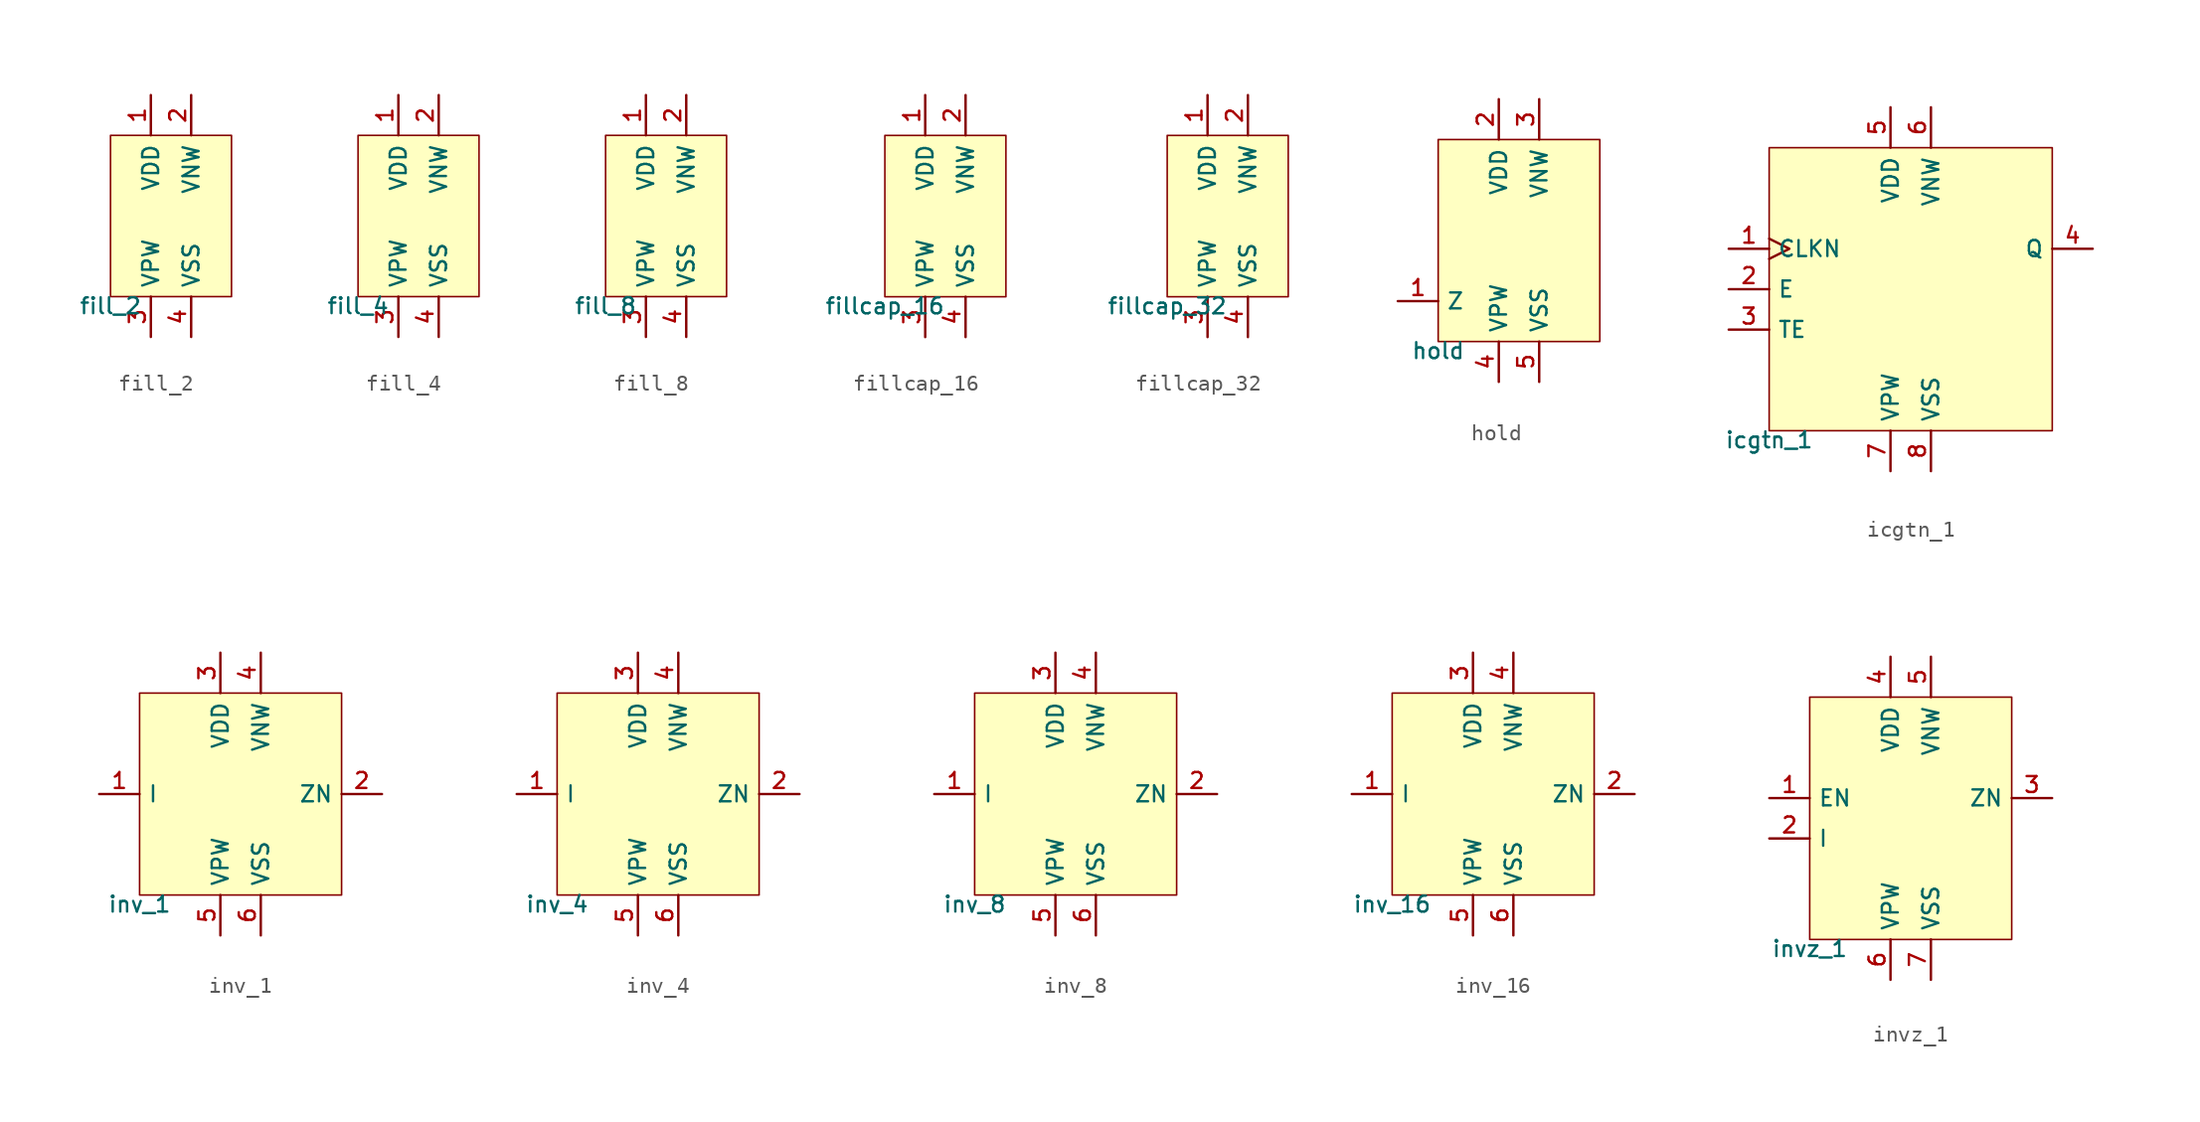
<source format=kicad_sym>
(kicad_symbol_lib
  (version 20211014)
  (generator pdk2kicad)
  (symbol "fill_2"
    (property "Reference" "X"
      (at 0 0 0)
      (effects (font (size 1 1)) hide))
    (property "Value" "fill_2"
      (at -3.81 -5.08 0)
      (effects (font (size 1 1)) (justify top)))
    (rectangle
      (start -3.81 -5.08)
      (end 3.81 5.08)
      (stroke (width 0.1) (type solid) (color 0 0 0 0))
      (fill (type background)))
    (pin power_in line
      (at -1.27 7.62 270)
      (length 2.54)
      (name "VDD" (effects (font (size 1 1)) hide))
      (number "1" (effects (font (size 1 1)) hide)))
    (pin power_in line
      (at 1.27 7.62 270)
      (length 2.54)
      (name "VNW" (effects (font (size 1 1)) hide))
      (number "2" (effects (font (size 1 1)) hide)))
    (pin power_in line
      (at -1.27 -7.62 90)
      (length 2.54)
      (name "VPW" (effects (font (size 1 1)) hide))
      (number "3" (effects (font (size 1 1)) hide)))
    (pin power_in line
      (at 1.27 -7.62 90)
      (length 2.54)
      (name "VSS" (effects (font (size 1 1)) hide))
      (number "4" (effects (font (size 1 1)) hide))))
  (symbol "fill_4"
    (property "Reference" "X"
      (at 0 0 0)
      (effects (font (size 1 1)) hide))
    (property "Value" "fill_4"
      (at -3.81 -5.08 0)
      (effects (font (size 1 1)) (justify top)))
    (rectangle
      (start -3.81 -5.08)
      (end 3.81 5.08)
      (stroke (width 0.1) (type solid) (color 0 0 0 0))
      (fill (type background)))
    (pin power_in line
      (at -1.27 7.62 270)
      (length 2.54)
      (name "VDD" (effects (font (size 1 1)) hide))
      (number "1" (effects (font (size 1 1)) hide)))
    (pin power_in line
      (at 1.27 7.62 270)
      (length 2.54)
      (name "VNW" (effects (font (size 1 1)) hide))
      (number "2" (effects (font (size 1 1)) hide)))
    (pin power_in line
      (at -1.27 -7.62 90)
      (length 2.54)
      (name "VPW" (effects (font (size 1 1)) hide))
      (number "3" (effects (font (size 1 1)) hide)))
    (pin power_in line
      (at 1.27 -7.62 90)
      (length 2.54)
      (name "VSS" (effects (font (size 1 1)) hide))
      (number "4" (effects (font (size 1 1)) hide))))
  (symbol "fill_8"
    (property "Reference" "X"
      (at 0 0 0)
      (effects (font (size 1 1)) hide))
    (property "Value" "fill_8"
      (at -3.81 -5.08 0)
      (effects (font (size 1 1)) (justify top)))
    (rectangle
      (start -3.81 -5.08)
      (end 3.81 5.08)
      (stroke (width 0.1) (type solid) (color 0 0 0 0))
      (fill (type background)))
    (pin power_in line
      (at -1.27 7.62 270)
      (length 2.54)
      (name "VDD" (effects (font (size 1 1)) hide))
      (number "1" (effects (font (size 1 1)) hide)))
    (pin power_in line
      (at 1.27 7.62 270)
      (length 2.54)
      (name "VNW" (effects (font (size 1 1)) hide))
      (number "2" (effects (font (size 1 1)) hide)))
    (pin power_in line
      (at -1.27 -7.62 90)
      (length 2.54)
      (name "VPW" (effects (font (size 1 1)) hide))
      (number "3" (effects (font (size 1 1)) hide)))
    (pin power_in line
      (at 1.27 -7.62 90)
      (length 2.54)
      (name "VSS" (effects (font (size 1 1)) hide))
      (number "4" (effects (font (size 1 1)) hide))))
  (symbol "fillcap_16"
    (property "Reference" "X"
      (at 0 0 0)
      (effects (font (size 1 1)) hide))
    (property "Value" "fillcap_16"
      (at -3.81 -5.08 0)
      (effects (font (size 1 1)) (justify top)))
    (rectangle
      (start -3.81 -5.08)
      (end 3.81 5.08)
      (stroke (width 0.1) (type solid) (color 0 0 0 0))
      (fill (type background)))
    (pin power_in line
      (at -1.27 7.62 270)
      (length 2.54)
      (name "VDD" (effects (font (size 1 1)) hide))
      (number "1" (effects (font (size 1 1)) hide)))
    (pin power_in line
      (at 1.27 7.62 270)
      (length 2.54)
      (name "VNW" (effects (font (size 1 1)) hide))
      (number "2" (effects (font (size 1 1)) hide)))
    (pin power_in line
      (at -1.27 -7.62 90)
      (length 2.54)
      (name "VPW" (effects (font (size 1 1)) hide))
      (number "3" (effects (font (size 1 1)) hide)))
    (pin power_in line
      (at 1.27 -7.62 90)
      (length 2.54)
      (name "VSS" (effects (font (size 1 1)) hide))
      (number "4" (effects (font (size 1 1)) hide))))
  (symbol "fillcap_32"
    (property "Reference" "X"
      (at 0 0 0)
      (effects (font (size 1 1)) hide))
    (property "Value" "fillcap_32"
      (at -3.81 -5.08 0)
      (effects (font (size 1 1)) (justify top)))
    (rectangle
      (start -3.81 -5.08)
      (end 3.81 5.08)
      (stroke (width 0.1) (type solid) (color 0 0 0 0))
      (fill (type background)))
    (pin power_in line
      (at -1.27 7.62 270)
      (length 2.54)
      (name "VDD" (effects (font (size 1 1)) hide))
      (number "1" (effects (font (size 1 1)) hide)))
    (pin power_in line
      (at 1.27 7.62 270)
      (length 2.54)
      (name "VNW" (effects (font (size 1 1)) hide))
      (number "2" (effects (font (size 1 1)) hide)))
    (pin power_in line
      (at -1.27 -7.62 90)
      (length 2.54)
      (name "VPW" (effects (font (size 1 1)) hide))
      (number "3" (effects (font (size 1 1)) hide)))
    (pin power_in line
      (at 1.27 -7.62 90)
      (length 2.54)
      (name "VSS" (effects (font (size 1 1)) hide))
      (number "4" (effects (font (size 1 1)) hide))))
  (symbol "hold"
    (property "Reference" "X"
      (at 0 0 0)
      (effects (font (size 1 1)) hide))
    (property "Value" "hold"
      (at -5.08 -6.35 0)
      (effects (font (size 1 1)) (justify top)))
    (rectangle
      (start -5.08 -6.35)
      (end 5.08 6.35)
      (stroke (width 0.1) (type solid) (color 0 0 0 0))
      (fill (type background)))
    (pin bidirectional line
      (at -7.62 -3.81 0)
      (length 2.54)
      (name "Z" (effects (font (size 1 1)) hide))
      (number "1" (effects (font (size 1 1)) hide)))
    (pin power_in line
      (at -1.27 8.89 270)
      (length 2.54)
      (name "VDD" (effects (font (size 1 1)) hide))
      (number "2" (effects (font (size 1 1)) hide)))
    (pin power_in line
      (at 1.27 8.89 270)
      (length 2.54)
      (name "VNW" (effects (font (size 1 1)) hide))
      (number "3" (effects (font (size 1 1)) hide)))
    (pin power_in line
      (at -1.27 -8.89 90)
      (length 2.54)
      (name "VPW" (effects (font (size 1 1)) hide))
      (number "4" (effects (font (size 1 1)) hide)))
    (pin power_in line
      (at 1.27 -8.89 90)
      (length 2.54)
      (name "VSS" (effects (font (size 1 1)) hide))
      (number "5" (effects (font (size 1 1)) hide))))
  (symbol "icgtn_1"
    (property "Reference" "X"
      (at 0 0 0)
      (effects (font (size 1 1)) hide))
    (property "Value" "icgtn_1"
      (at -8.89 -8.89 0)
      (effects (font (size 1 1)) (justify top)))
    (rectangle
      (start -8.89 -8.89)
      (end 8.89 8.89)
      (stroke (width 0.1) (type solid) (color 0 0 0 0))
      (fill (type background)))
    (pin input clock
      (at -11.43 2.54 0)
      (length 2.54)
      (name "CLKN" (effects (font (size 1 1)) hide))
      (number "1" (effects (font (size 1 1)) hide)))
    (pin input line
      (at -11.43 4.440892098500626e-16 0)
      (length 2.54)
      (name "E" (effects (font (size 1 1)) hide))
      (number "2" (effects (font (size 1 1)) hide)))
    (pin input line
      (at -11.43 -2.54 0)
      (length 2.54)
      (name "TE" (effects (font (size 1 1)) hide))
      (number "3" (effects (font (size 1 1)) hide)))
    (pin output line
      (at 11.43 2.54 180)
      (length 2.54)
      (name "Q" (effects (font (size 1 1)) hide))
      (number "4" (effects (font (size 1 1)) hide)))
    (pin power_in line
      (at -1.27 11.43 270)
      (length 2.54)
      (name "VDD" (effects (font (size 1 1)) hide))
      (number "5" (effects (font (size 1 1)) hide)))
    (pin power_in line
      (at 1.27 11.43 270)
      (length 2.54)
      (name "VNW" (effects (font (size 1 1)) hide))
      (number "6" (effects (font (size 1 1)) hide)))
    (pin power_in line
      (at -1.27 -11.43 90)
      (length 2.54)
      (name "VPW" (effects (font (size 1 1)) hide))
      (number "7" (effects (font (size 1 1)) hide)))
    (pin power_in line
      (at 1.27 -11.43 90)
      (length 2.54)
      (name "VSS" (effects (font (size 1 1)) hide))
      (number "8" (effects (font (size 1 1)) hide))))
  (symbol "inv_1"
    (property "Reference" "X"
      (at 0 0 0)
      (effects (font (size 1 1)) hide))
    (property "Value" "inv_1"
      (at -6.35 -6.35 0)
      (effects (font (size 1 1)) (justify top)))
    (rectangle
      (start -6.35 -6.35)
      (end 6.35 6.35)
      (stroke (width 0.1) (type solid) (color 0 0 0 0))
      (fill (type background)))
    (pin input line
      (at -8.89 -4.440892098500626e-16 0)
      (length 2.54)
      (name "I" (effects (font (size 1 1)) hide))
      (number "1" (effects (font (size 1 1)) hide)))
    (pin output line
      (at 8.89 -4.440892098500626e-16 180)
      (length 2.54)
      (name "ZN" (effects (font (size 1 1)) hide))
      (number "2" (effects (font (size 1 1)) hide)))
    (pin power_in line
      (at -1.27 8.89 270)
      (length 2.54)
      (name "VDD" (effects (font (size 1 1)) hide))
      (number "3" (effects (font (size 1 1)) hide)))
    (pin power_in line
      (at 1.27 8.89 270)
      (length 2.54)
      (name "VNW" (effects (font (size 1 1)) hide))
      (number "4" (effects (font (size 1 1)) hide)))
    (pin power_in line
      (at -1.27 -8.89 90)
      (length 2.54)
      (name "VPW" (effects (font (size 1 1)) hide))
      (number "5" (effects (font (size 1 1)) hide)))
    (pin power_in line
      (at 1.27 -8.89 90)
      (length 2.54)
      (name "VSS" (effects (font (size 1 1)) hide))
      (number "6" (effects (font (size 1 1)) hide))))
  (symbol "inv_4"
    (property "Reference" "X"
      (at 0 0 0)
      (effects (font (size 1 1)) hide))
    (property "Value" "inv_4"
      (at -6.35 -6.35 0)
      (effects (font (size 1 1)) (justify top)))
    (rectangle
      (start -6.35 -6.35)
      (end 6.35 6.35)
      (stroke (width 0.1) (type solid) (color 0 0 0 0))
      (fill (type background)))
    (pin input line
      (at -8.89 -4.440892098500626e-16 0)
      (length 2.54)
      (name "I" (effects (font (size 1 1)) hide))
      (number "1" (effects (font (size 1 1)) hide)))
    (pin output line
      (at 8.89 -4.440892098500626e-16 180)
      (length 2.54)
      (name "ZN" (effects (font (size 1 1)) hide))
      (number "2" (effects (font (size 1 1)) hide)))
    (pin power_in line
      (at -1.27 8.89 270)
      (length 2.54)
      (name "VDD" (effects (font (size 1 1)) hide))
      (number "3" (effects (font (size 1 1)) hide)))
    (pin power_in line
      (at 1.27 8.89 270)
      (length 2.54)
      (name "VNW" (effects (font (size 1 1)) hide))
      (number "4" (effects (font (size 1 1)) hide)))
    (pin power_in line
      (at -1.27 -8.89 90)
      (length 2.54)
      (name "VPW" (effects (font (size 1 1)) hide))
      (number "5" (effects (font (size 1 1)) hide)))
    (pin power_in line
      (at 1.27 -8.89 90)
      (length 2.54)
      (name "VSS" (effects (font (size 1 1)) hide))
      (number "6" (effects (font (size 1 1)) hide))))
  (symbol "inv_8"
    (property "Reference" "X"
      (at 0 0 0)
      (effects (font (size 1 1)) hide))
    (property "Value" "inv_8"
      (at -6.35 -6.35 0)
      (effects (font (size 1 1)) (justify top)))
    (rectangle
      (start -6.35 -6.35)
      (end 6.35 6.35)
      (stroke (width 0.1) (type solid) (color 0 0 0 0))
      (fill (type background)))
    (pin input line
      (at -8.89 -4.440892098500626e-16 0)
      (length 2.54)
      (name "I" (effects (font (size 1 1)) hide))
      (number "1" (effects (font (size 1 1)) hide)))
    (pin output line
      (at 8.89 -4.440892098500626e-16 180)
      (length 2.54)
      (name "ZN" (effects (font (size 1 1)) hide))
      (number "2" (effects (font (size 1 1)) hide)))
    (pin power_in line
      (at -1.27 8.89 270)
      (length 2.54)
      (name "VDD" (effects (font (size 1 1)) hide))
      (number "3" (effects (font (size 1 1)) hide)))
    (pin power_in line
      (at 1.27 8.89 270)
      (length 2.54)
      (name "VNW" (effects (font (size 1 1)) hide))
      (number "4" (effects (font (size 1 1)) hide)))
    (pin power_in line
      (at -1.27 -8.89 90)
      (length 2.54)
      (name "VPW" (effects (font (size 1 1)) hide))
      (number "5" (effects (font (size 1 1)) hide)))
    (pin power_in line
      (at 1.27 -8.89 90)
      (length 2.54)
      (name "VSS" (effects (font (size 1 1)) hide))
      (number "6" (effects (font (size 1 1)) hide))))
  (symbol "inv_16"
    (property "Reference" "X"
      (at 0 0 0)
      (effects (font (size 1 1)) hide))
    (property "Value" "inv_16"
      (at -6.35 -6.35 0)
      (effects (font (size 1 1)) (justify top)))
    (rectangle
      (start -6.35 -6.35)
      (end 6.35 6.35)
      (stroke (width 0.1) (type solid) (color 0 0 0 0))
      (fill (type background)))
    (pin input line
      (at -8.89 -4.440892098500626e-16 0)
      (length 2.54)
      (name "I" (effects (font (size 1 1)) hide))
      (number "1" (effects (font (size 1 1)) hide)))
    (pin output line
      (at 8.89 -4.440892098500626e-16 180)
      (length 2.54)
      (name "ZN" (effects (font (size 1 1)) hide))
      (number "2" (effects (font (size 1 1)) hide)))
    (pin power_in line
      (at -1.27 8.89 270)
      (length 2.54)
      (name "VDD" (effects (font (size 1 1)) hide))
      (number "3" (effects (font (size 1 1)) hide)))
    (pin power_in line
      (at 1.27 8.89 270)
      (length 2.54)
      (name "VNW" (effects (font (size 1 1)) hide))
      (number "4" (effects (font (size 1 1)) hide)))
    (pin power_in line
      (at -1.27 -8.89 90)
      (length 2.54)
      (name "VPW" (effects (font (size 1 1)) hide))
      (number "5" (effects (font (size 1 1)) hide)))
    (pin power_in line
      (at 1.27 -8.89 90)
      (length 2.54)
      (name "VSS" (effects (font (size 1 1)) hide))
      (number "6" (effects (font (size 1 1)) hide))))
  (symbol "invz_1"
    (property "Reference" "X"
      (at 0 0 0)
      (effects (font (size 1 1)) hide))
    (property "Value" "invz_1"
      (at -6.35 -7.62 0)
      (effects (font (size 1 1)) (justify top)))
    (rectangle
      (start -6.35 -7.62)
      (end 6.35 7.62)
      (stroke (width 0.1) (type solid) (color 0 0 0 0))
      (fill (type background)))
    (pin input line
      (at -8.89 1.27 0)
      (length 2.54)
      (name "EN" (effects (font (size 1 1)) hide))
      (number "1" (effects (font (size 1 1)) hide)))
    (pin input line
      (at -8.89 -1.27 0)
      (length 2.54)
      (name "I" (effects (font (size 1 1)) hide))
      (number "2" (effects (font (size 1 1)) hide)))
    (pin output line
      (at 8.89 1.27 180)
      (length 2.54)
      (name "ZN" (effects (font (size 1 1)) hide))
      (number "3" (effects (font (size 1 1)) hide)))
    (pin power_in line
      (at -1.27 10.16 270)
      (length 2.54)
      (name "VDD" (effects (font (size 1 1)) hide))
      (number "4" (effects (font (size 1 1)) hide)))
    (pin power_in line
      (at 1.27 10.16 270)
      (length 2.54)
      (name "VNW" (effects (font (size 1 1)) hide))
      (number "5" (effects (font (size 1 1)) hide)))
    (pin power_in line
      (at -1.27 -10.16 90)
      (length 2.54)
      (name "VPW" (effects (font (size 1 1)) hide))
      (number "6" (effects (font (size 1 1)) hide)))
    (pin power_in line
      (at 1.27 -10.16 90)
      (length 2.54)
      (name "VSS" (effects (font (size 1 1)) hide))
      (number "7" (effects (font (size 1 1)) hide)))))
</source>
